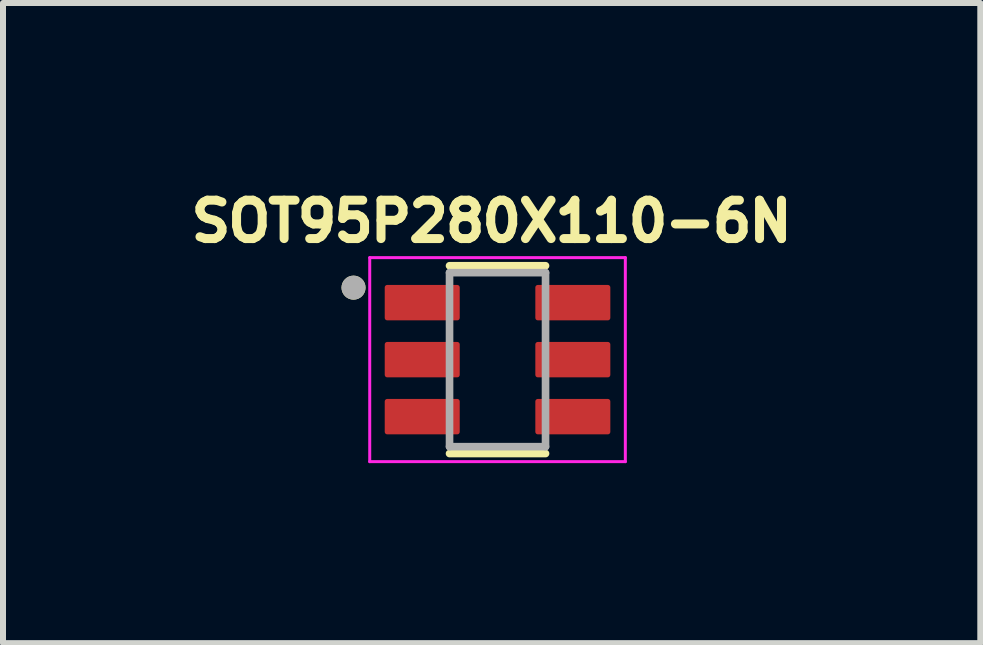
<source format=kicad_pcb>
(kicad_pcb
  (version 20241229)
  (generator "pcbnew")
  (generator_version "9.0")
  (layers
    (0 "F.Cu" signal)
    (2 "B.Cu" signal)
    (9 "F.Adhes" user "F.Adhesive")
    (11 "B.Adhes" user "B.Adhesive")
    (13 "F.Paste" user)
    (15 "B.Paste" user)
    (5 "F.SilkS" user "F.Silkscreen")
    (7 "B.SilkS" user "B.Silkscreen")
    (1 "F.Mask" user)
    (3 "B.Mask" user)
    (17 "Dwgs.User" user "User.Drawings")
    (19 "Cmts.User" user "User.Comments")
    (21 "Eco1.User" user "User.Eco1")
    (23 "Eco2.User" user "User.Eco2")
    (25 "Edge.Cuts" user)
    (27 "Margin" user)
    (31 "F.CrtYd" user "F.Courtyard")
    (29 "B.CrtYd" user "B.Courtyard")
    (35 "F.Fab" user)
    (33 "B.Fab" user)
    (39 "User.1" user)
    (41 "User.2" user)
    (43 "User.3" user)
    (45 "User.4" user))
  (footprint "SOT95P280X110-6N"
    (layer "F.Cu")
    (at 5.242 2.944)
    (property "Reference" "SOT95P280X110-6N" (at -0.098 -2.306 0) (layer "F.SilkS") (effects (font (size 0.64 0.64) (thickness 0.15))))
    (attr through_hole)
    (fp_line (start -0.8 -1.565) (end 0.8 -1.565) (stroke (width 0.127) (type solid)) (layer "F.SilkS"))
    (fp_line (start -0.8 1.565) (end 0.8 1.565) (stroke (width 0.127) (type solid)) (layer "F.SilkS"))
    (fp_circle (center -2.4 -1.2) (end -2.3 -1.2) (stroke (width 0.2) (type solid)) (fill no) (layer "F.SilkS"))
    (fp_line (start -2.13 -1.7) (end -2.13 1.7) (stroke (width 0.05) (type solid)) (layer "F.CrtYd"))
    (fp_line (start -2.13 1.7) (end 2.13 1.7) (stroke (width 0.05) (type solid)) (layer "F.CrtYd"))
    (fp_line (start 2.13 -1.7) (end -2.13 -1.7) (stroke (width 0.05) (type solid)) (layer "F.CrtYd"))
    (fp_line (start 2.13 1.7) (end 2.13 -1.7) (stroke (width 0.05) (type solid)) (layer "F.CrtYd"))
    (fp_line (start -0.8 -1.45) (end -0.8 1.45) (stroke (width 0.127) (type solid)) (layer "F.Fab"))
    (fp_line (start -0.8 1.45) (end 0.8 1.45) (stroke (width 0.127) (type solid)) (layer "F.Fab"))
    (fp_line (start 0.8 -1.45) (end -0.8 -1.45) (stroke (width 0.127) (type solid)) (layer "F.Fab"))
    (fp_line (start 0.8 1.45) (end 0.8 -1.45) (stroke (width 0.127) (type solid)) (layer "F.Fab"))
    (fp_circle (center -2.4 -1.2) (end -2.3 -1.2) (stroke (width 0.2) (type solid)) (fill no) (layer "F.Fab"))
    (pad "1" smd roundrect (at -1.255 -0.95) (size 1.25 0.59) (layers "F.Cu" "F.Mask" "F.Paste") (roundrect_rratio 0.07))
    (pad "2" smd roundrect (at -1.255 0) (size 1.25 0.59) (layers "F.Cu" "F.Mask" "F.Paste") (roundrect_rratio 0.07))
    (pad "3" smd roundrect (at -1.255 0.95) (size 1.25 0.59) (layers "F.Cu" "F.Mask" "F.Paste") (roundrect_rratio 0.07))
    (pad "4" smd roundrect (at 1.255 0.95) (size 1.25 0.59) (layers "F.Cu" "F.Mask" "F.Paste") (roundrect_rratio 0.07))
    (pad "5" smd roundrect (at 1.255 0) (size 1.25 0.59) (layers "F.Cu" "F.Mask" "F.Paste") (roundrect_rratio 0.07))
    (pad "6" smd roundrect (at 1.255 -0.95) (size 1.25 0.59) (layers "F.Cu" "F.Mask" "F.Paste") (roundrect_rratio 0.07)))
  (gr_rect
    (start -3 -3)
    (end 13.288 7.669)
    (stroke (width 0.1) (type default))
    (fill no)
    (layer "Edge.Cuts")))
</source>
